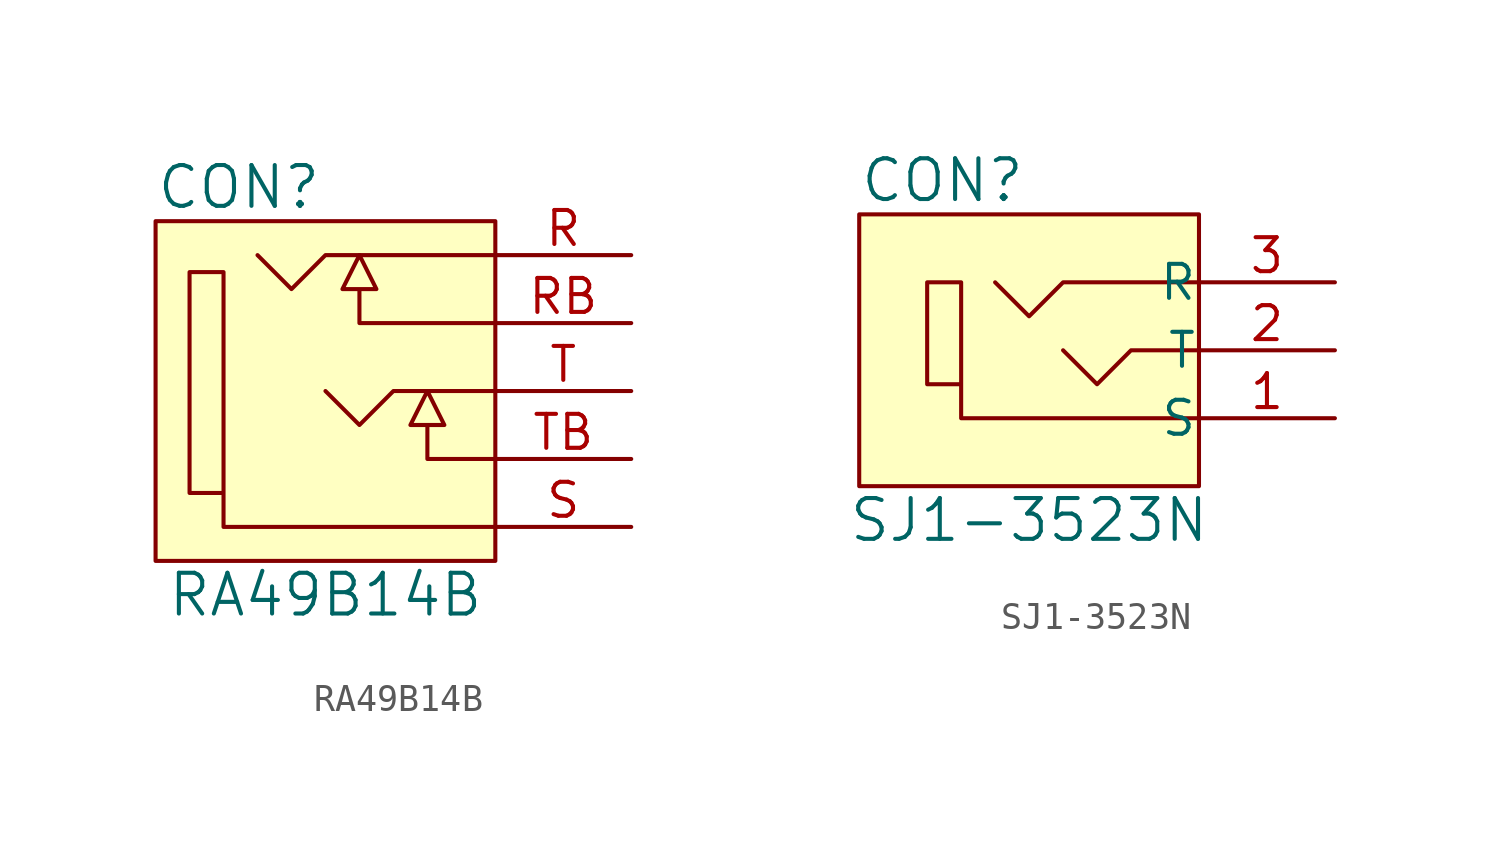
<source format=kicad_sym>
(kicad_symbol_lib
  (version 20220914)
  (generator kicad_symbol_editor)
  (symbol "RA49B14B"
    (pin_names
      (offset 0.025))
    (property "Reference" "CON"
      (at -7.62 7.62 0)
      (effects (font (size 1.524 1.524)) (justify left)))
    (property "Value" "RA49B14B"
      (at -1.27 -7.62 0)
      (effects (font (size 1.524 1.524))))
    (symbol "RA49B14B_0_1"
      (polyline (pts (xy 5.08 0) (xy 1.27 0) (xy 0 -1.27) (xy -1.27 0)) (stroke (width 0) (type default)) (fill (type none)))
      (polyline (pts (xy 5.08 5.08) (xy -1.27 5.08) (xy -2.54 3.81) (xy -3.81 5.08)) (stroke (width 0) (type default)) (fill (type none)))
      (polyline (pts (xy 5.08 -5.08) (xy -5.08 -5.08) (xy -5.08 4.445) (xy -6.35 4.445) (xy -6.35 -3.81) (xy -5.08 -3.81)) (stroke (width 0) (type default)) (fill (type none)))
      (polyline (pts (xy 5.08 -2.54) (xy 2.54 -2.54) (xy 2.54 -1.27) (xy 1.905 -1.27) (xy 2.54 0) (xy 3.175 -1.27) (xy 2.54 -1.27)) (stroke (width 0) (type default)) (fill (type none)))
      (polyline (pts (xy 5.08 2.54) (xy 0 2.54) (xy 0 3.81) (xy -0.635 3.81) (xy 0 5.08) (xy 0.635 3.81) (xy 0 3.81)) (stroke (width 0) (type default)) (fill (type none)))
      (rectangle (start 5.08 6.35) (end -7.62 -6.35) (stroke (width 0) (type default)) (fill (type background))))
    (symbol "RA49B14B_1_1"
      (pin passive line (at 10.16 5.08 180) (length 5.08) (name "~" (effects (font (size 1.27 1.27)))) (number "R" (effects (font (size 1.27 1.27)))))
      (pin passive line (at 10.16 2.54 180) (length 5.08) (name "~" (effects (font (size 1.27 1.27)))) (number "RB" (effects (font (size 1.27 1.27)))))
      (pin passive line (at 10.16 -5.08 180) (length 5.08) (name "~" (effects (font (size 1.27 1.27)))) (number "S" (effects (font (size 1.27 1.27)))))
      (pin passive line (at 10.16 0 180) (length 5.08) (name "~" (effects (font (size 1.27 1.27)))) (number "T" (effects (font (size 1.27 1.27)))))
      (pin passive line (at 10.16 -2.54 180) (length 5.08) (name "~" (effects (font (size 1.27 1.27)))) (number "TB" (effects (font (size 1.27 1.27)))))))
  (symbol "SJ1-3523N"
    (pin_names
      (offset 0.051))
    (property "Reference" "CON"
      (at -7.62 6.35 0)
      (effects (font (size 1.524 1.524)) (justify left)))
    (property "Value" "SJ1-3523N"
      (at -1.27 -6.35 0)
      (effects (font (size 1.524 1.524))))
    (symbol "SJ1-3523N_0_1"
      (polyline (pts (xy 5.08 0) (xy 2.54 0) (xy 1.27 -1.27) (xy 0 0)) (stroke (width 0) (type default)) (fill (type none)))
      (polyline (pts (xy 5.08 2.54) (xy 0 2.54) (xy -1.27 1.27) (xy -2.54 2.54)) (stroke (width 0) (type default)) (fill (type none)))
      (polyline (pts (xy 5.08 -2.54) (xy -3.81 -2.54) (xy -3.81 2.54) (xy -5.08 2.54) (xy -5.08 -1.27) (xy -3.81 -1.27)) (stroke (width 0) (type default)) (fill (type none)))
      (rectangle (start 5.08 5.08) (end -7.62 -5.08) (stroke (width 0) (type default)) (fill (type background))))
    (symbol "SJ1-3523N_1_1"
      (pin passive line (at 10.16 -2.54 180) (length 5.08) (name "S" (effects (font (size 1.27 1.27)))) (number "1" (effects (font (size 1.27 1.27)))))
      (pin passive line (at 10.16 0 180) (length 5.08) (name "T" (effects (font (size 1.27 1.27)))) (number "2" (effects (font (size 1.27 1.27)))))
      (pin passive line (at 10.16 2.54 180) (length 5.08) (name "R" (effects (font (size 1.27 1.27)))) (number "3" (effects (font (size 1.27 1.27))))))))
</source>
